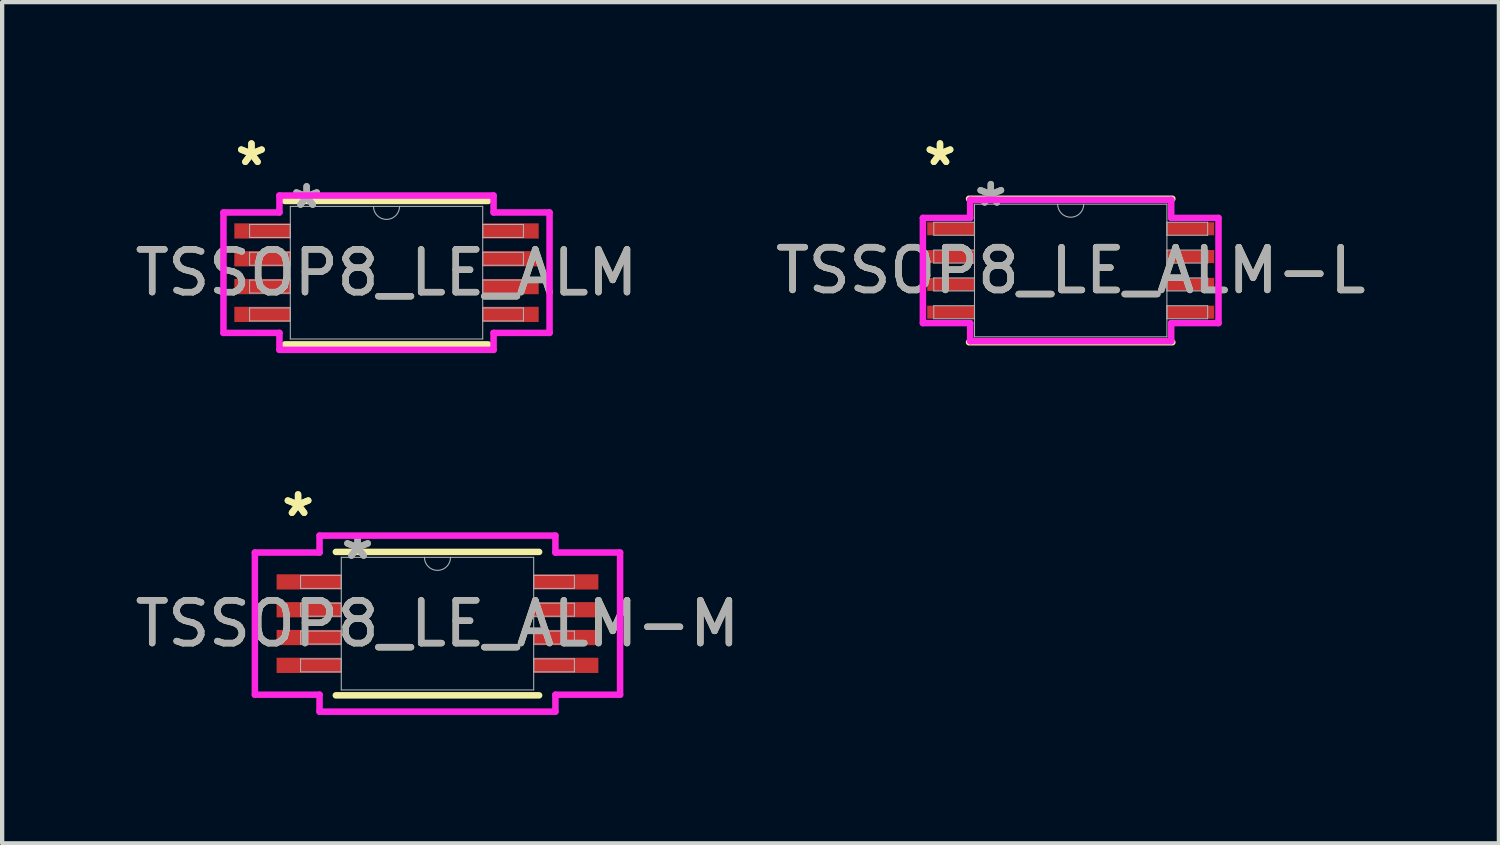
<source format=kicad_pcb>
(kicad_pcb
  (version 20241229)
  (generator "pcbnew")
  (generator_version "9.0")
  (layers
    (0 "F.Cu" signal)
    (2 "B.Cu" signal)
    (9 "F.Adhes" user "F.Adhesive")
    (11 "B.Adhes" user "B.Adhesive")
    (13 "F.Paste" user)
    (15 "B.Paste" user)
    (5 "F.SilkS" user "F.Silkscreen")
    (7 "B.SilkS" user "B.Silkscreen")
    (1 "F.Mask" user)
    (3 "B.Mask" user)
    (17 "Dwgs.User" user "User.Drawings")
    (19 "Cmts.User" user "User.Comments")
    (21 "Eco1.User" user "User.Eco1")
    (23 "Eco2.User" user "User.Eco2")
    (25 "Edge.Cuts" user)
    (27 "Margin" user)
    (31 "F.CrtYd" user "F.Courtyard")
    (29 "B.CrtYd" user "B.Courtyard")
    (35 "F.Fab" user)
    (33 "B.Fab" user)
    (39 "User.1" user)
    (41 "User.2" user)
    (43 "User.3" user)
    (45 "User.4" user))
  (footprint "TSSOP8_LE_ALM"
    (layer "F.Cu")
    (at 5.982 3.322)
    (property "Reference" "TSSOP8_LE_ALM" (at 0 0 0) (unlocked yes) (layer "F.SilkS") (effects (font (size 1 1) (thickness 0.15))))
    (attr smd)
    (fp_line (start -2.375 1.676) (end 2.375 1.676) (stroke (width 0.152) (type solid)) (layer "F.SilkS"))
    (fp_line (start 2.375 -1.676) (end -2.375 -1.676) (stroke (width 0.152) (type solid)) (layer "F.SilkS"))
    (fp_line (start -3.81 -1.407) (end -2.502 -1.407) (stroke (width 0.152) (type solid)) (layer "F.CrtYd"))
    (fp_line (start -3.81 1.407) (end -3.81 -1.407) (stroke (width 0.152) (type solid)) (layer "F.CrtYd"))
    (fp_line (start -3.81 1.407) (end -2.502 1.407) (stroke (width 0.152) (type solid)) (layer "F.CrtYd"))
    (fp_line (start -2.502 -1.803) (end 2.502 -1.803) (stroke (width 0.152) (type solid)) (layer "F.CrtYd"))
    (fp_line (start -2.502 -1.407) (end -2.502 -1.803) (stroke (width 0.152) (type solid)) (layer "F.CrtYd"))
    (fp_line (start -2.502 1.803) (end -2.502 1.407) (stroke (width 0.152) (type solid)) (layer "F.CrtYd"))
    (fp_line (start 2.502 -1.803) (end 2.502 -1.407) (stroke (width 0.152) (type solid)) (layer "F.CrtYd"))
    (fp_line (start 2.502 1.407) (end 2.502 1.803) (stroke (width 0.152) (type solid)) (layer "F.CrtYd"))
    (fp_line (start 2.502 1.803) (end -2.502 1.803) (stroke (width 0.152) (type solid)) (layer "F.CrtYd"))
    (fp_line (start 3.81 -1.407) (end 2.502 -1.407) (stroke (width 0.152) (type solid)) (layer "F.CrtYd"))
    (fp_line (start 3.81 -1.407) (end 3.81 1.407) (stroke (width 0.152) (type solid)) (layer "F.CrtYd"))
    (fp_line (start 3.81 1.407) (end 2.502 1.407) (stroke (width 0.152) (type solid)) (layer "F.CrtYd"))
    (fp_line (start -3.2 -1.127) (end -3.2 -0.823) (stroke (width 0.025) (type solid)) (layer "F.Fab"))
    (fp_line (start -3.2 -0.823) (end -2.248 -0.823) (stroke (width 0.025) (type solid)) (layer "F.Fab"))
    (fp_line (start -3.2 -0.477) (end -3.2 -0.173) (stroke (width 0.025) (type solid)) (layer "F.Fab"))
    (fp_line (start -3.2 -0.173) (end -2.248 -0.173) (stroke (width 0.025) (type solid)) (layer "F.Fab"))
    (fp_line (start -3.2 0.173) (end -3.2 0.477) (stroke (width 0.025) (type solid)) (layer "F.Fab"))
    (fp_line (start -3.2 0.477) (end -2.248 0.477) (stroke (width 0.025) (type solid)) (layer "F.Fab"))
    (fp_line (start -3.2 0.823) (end -3.2 1.127) (stroke (width 0.025) (type solid)) (layer "F.Fab"))
    (fp_line (start -3.2 1.127) (end -2.248 1.127) (stroke (width 0.025) (type solid)) (layer "F.Fab"))
    (fp_line (start -2.248 -1.549) (end -2.248 1.549) (stroke (width 0.025) (type solid)) (layer "F.Fab"))
    (fp_line (start -2.248 -1.127) (end -3.2 -1.127) (stroke (width 0.025) (type solid)) (layer "F.Fab"))
    (fp_line (start -2.248 -0.823) (end -2.248 -1.127) (stroke (width 0.025) (type solid)) (layer "F.Fab"))
    (fp_line (start -2.248 -0.477) (end -3.2 -0.477) (stroke (width 0.025) (type solid)) (layer "F.Fab"))
    (fp_line (start -2.248 -0.173) (end -2.248 -0.477) (stroke (width 0.025) (type solid)) (layer "F.Fab"))
    (fp_line (start -2.248 0.173) (end -3.2 0.173) (stroke (width 0.025) (type solid)) (layer "F.Fab"))
    (fp_line (start -2.248 0.477) (end -2.248 0.173) (stroke (width 0.025) (type solid)) (layer "F.Fab"))
    (fp_line (start -2.248 0.823) (end -3.2 0.823) (stroke (width 0.025) (type solid)) (layer "F.Fab"))
    (fp_line (start -2.248 1.127) (end -2.248 0.823) (stroke (width 0.025) (type solid)) (layer "F.Fab"))
    (fp_line (start -2.248 1.549) (end 2.248 1.549) (stroke (width 0.025) (type solid)) (layer "F.Fab"))
    (fp_line (start 2.248 -1.549) (end -2.248 -1.549) (stroke (width 0.025) (type solid)) (layer "F.Fab"))
    (fp_line (start 2.248 -1.127) (end 2.248 -0.823) (stroke (width 0.025) (type solid)) (layer "F.Fab"))
    (fp_line (start 2.248 -0.823) (end 3.2 -0.823) (stroke (width 0.025) (type solid)) (layer "F.Fab"))
    (fp_line (start 2.248 -0.477) (end 2.248 -0.173) (stroke (width 0.025) (type solid)) (layer "F.Fab"))
    (fp_line (start 2.248 -0.173) (end 3.2 -0.173) (stroke (width 0.025) (type solid)) (layer "F.Fab"))
    (fp_line (start 2.248 0.173) (end 2.248 0.477) (stroke (width 0.025) (type solid)) (layer "F.Fab"))
    (fp_line (start 2.248 0.477) (end 3.2 0.477) (stroke (width 0.025) (type solid)) (layer "F.Fab"))
    (fp_line (start 2.248 0.823) (end 2.248 1.127) (stroke (width 0.025) (type solid)) (layer "F.Fab"))
    (fp_line (start 2.248 1.127) (end 3.2 1.127) (stroke (width 0.025) (type solid)) (layer "F.Fab"))
    (fp_line (start 2.248 1.549) (end 2.248 -1.549) (stroke (width 0.025) (type solid)) (layer "F.Fab"))
    (fp_line (start 3.2 -1.127) (end 2.248 -1.127) (stroke (width 0.025) (type solid)) (layer "F.Fab"))
    (fp_line (start 3.2 -0.823) (end 3.2 -1.127) (stroke (width 0.025) (type solid)) (layer "F.Fab"))
    (fp_line (start 3.2 -0.477) (end 2.248 -0.477) (stroke (width 0.025) (type solid)) (layer "F.Fab"))
    (fp_line (start 3.2 -0.173) (end 3.2 -0.477) (stroke (width 0.025) (type solid)) (layer "F.Fab"))
    (fp_line (start 3.2 0.173) (end 2.248 0.173) (stroke (width 0.025) (type solid)) (layer "F.Fab"))
    (fp_line (start 3.2 0.477) (end 3.2 0.173) (stroke (width 0.025) (type solid)) (layer "F.Fab"))
    (fp_line (start 3.2 0.823) (end 2.248 0.823) (stroke (width 0.025) (type solid)) (layer "F.Fab"))
    (fp_line (start 3.2 1.127) (end 3.2 0.823) (stroke (width 0.025) (type solid)) (layer "F.Fab"))
    (fp_arc (start 0.3048 -1.5494) (mid 0 -1.2446) (end -0.3048 -1.5494) (stroke (width 0.0254) (type solid)) (layer "F.Fab"))
    (fp_text user "*" (at -3.156 -2.474 0) (unlocked yes) (layer "F.SilkS") (effects (font (size 1 1) (thickness 0.15))))
    (fp_text user "*" (at -3.156 -2.474 0) (layer "F.SilkS") (effects (font (size 1 1) (thickness 0.15))))
    (fp_text user "*" (at -1.867 -1.473 0) (unlocked yes) (layer "F.Fab") (effects (font (size 1 1) (thickness 0.15))))
    (fp_text user "${REFERENCE}" (at 0 0 0) (unlocked yes) (layer "F.Fab") (effects (font (size 1 1) (thickness 0.15))))
    (fp_text user "*" (at -1.867 -1.473 0) (layer "F.Fab") (effects (font (size 1 1) (thickness 0.15))))
    (pad "1" smd rect (at -2.902 -0.975) (size 1.308 0.356) (layers "F.Cu" "F.Mask" "F.Paste"))
    (pad "2" smd rect (at -2.902 -0.325) (size 1.308 0.356) (layers "F.Cu" "F.Mask" "F.Paste"))
    (pad "3" smd rect (at -2.902 0.325) (size 1.308 0.356) (layers "F.Cu" "F.Mask" "F.Paste"))
    (pad "4" smd rect (at -2.902 0.975) (size 1.308 0.356) (layers "F.Cu" "F.Mask" "F.Paste"))
    (pad "5" smd rect (at 2.902 0.975) (size 1.308 0.356) (layers "F.Cu" "F.Mask" "F.Paste"))
    (pad "6" smd rect (at 2.902 0.325) (size 1.308 0.356) (layers "F.Cu" "F.Mask" "F.Paste"))
    (pad "7" smd rect (at 2.902 -0.325) (size 1.308 0.356) (layers "F.Cu" "F.Mask" "F.Paste"))
    (pad "8" smd rect (at 2.902 -0.975) (size 1.308 0.356) (layers "F.Cu" "F.Mask" "F.Paste")))
  (footprint "TSSOP8_LE_ALM-M"
    (layer "F.Cu")
    (at 7.173 11.523)
    (property "Reference" "TSSOP8_LE_ALM-M" (at 0 0 0) (unlocked yes) (layer "F.SilkS") (effects (font (size 1 1) (thickness 0.15))))
    (attr smd)
    (fp_line (start -2.375 1.676) (end 2.375 1.676) (stroke (width 0.152) (type solid)) (layer "F.SilkS"))
    (fp_line (start 2.375 -1.676) (end -2.375 -1.676) (stroke (width 0.152) (type solid)) (layer "F.SilkS"))
    (fp_line (start -4.267 -1.661) (end -2.756 -1.661) (stroke (width 0.152) (type solid)) (layer "F.CrtYd"))
    (fp_line (start -4.267 1.661) (end -4.267 -1.661) (stroke (width 0.152) (type solid)) (layer "F.CrtYd"))
    (fp_line (start -4.267 1.661) (end -2.756 1.661) (stroke (width 0.152) (type solid)) (layer "F.CrtYd"))
    (fp_line (start -2.756 -2.057) (end 2.756 -2.057) (stroke (width 0.152) (type solid)) (layer "F.CrtYd"))
    (fp_line (start -2.756 -1.661) (end -2.756 -2.057) (stroke (width 0.152) (type solid)) (layer "F.CrtYd"))
    (fp_line (start -2.756 2.057) (end -2.756 1.661) (stroke (width 0.152) (type solid)) (layer "F.CrtYd"))
    (fp_line (start 2.756 -2.057) (end 2.756 -1.661) (stroke (width 0.152) (type solid)) (layer "F.CrtYd"))
    (fp_line (start 2.756 1.661) (end 2.756 2.057) (stroke (width 0.152) (type solid)) (layer "F.CrtYd"))
    (fp_line (start 2.756 2.057) (end -2.756 2.057) (stroke (width 0.152) (type solid)) (layer "F.CrtYd"))
    (fp_line (start 4.267 -1.661) (end 2.756 -1.661) (stroke (width 0.152) (type solid)) (layer "F.CrtYd"))
    (fp_line (start 4.267 -1.661) (end 4.267 1.661) (stroke (width 0.152) (type solid)) (layer "F.CrtYd"))
    (fp_line (start 4.267 1.661) (end 2.756 1.661) (stroke (width 0.152) (type solid)) (layer "F.CrtYd"))
    (fp_line (start -3.2 -1.127) (end -3.2 -0.823) (stroke (width 0.025) (type solid)) (layer "F.Fab"))
    (fp_line (start -3.2 -0.823) (end -2.248 -0.823) (stroke (width 0.025) (type solid)) (layer "F.Fab"))
    (fp_line (start -3.2 -0.477) (end -3.2 -0.173) (stroke (width 0.025) (type solid)) (layer "F.Fab"))
    (fp_line (start -3.2 -0.173) (end -2.248 -0.173) (stroke (width 0.025) (type solid)) (layer "F.Fab"))
    (fp_line (start -3.2 0.173) (end -3.2 0.477) (stroke (width 0.025) (type solid)) (layer "F.Fab"))
    (fp_line (start -3.2 0.477) (end -2.248 0.477) (stroke (width 0.025) (type solid)) (layer "F.Fab"))
    (fp_line (start -3.2 0.823) (end -3.2 1.127) (stroke (width 0.025) (type solid)) (layer "F.Fab"))
    (fp_line (start -3.2 1.127) (end -2.248 1.127) (stroke (width 0.025) (type solid)) (layer "F.Fab"))
    (fp_line (start -2.248 -1.549) (end -2.248 1.549) (stroke (width 0.025) (type solid)) (layer "F.Fab"))
    (fp_line (start -2.248 -1.127) (end -3.2 -1.127) (stroke (width 0.025) (type solid)) (layer "F.Fab"))
    (fp_line (start -2.248 -0.823) (end -2.248 -1.127) (stroke (width 0.025) (type solid)) (layer "F.Fab"))
    (fp_line (start -2.248 -0.477) (end -3.2 -0.477) (stroke (width 0.025) (type solid)) (layer "F.Fab"))
    (fp_line (start -2.248 -0.173) (end -2.248 -0.477) (stroke (width 0.025) (type solid)) (layer "F.Fab"))
    (fp_line (start -2.248 0.173) (end -3.2 0.173) (stroke (width 0.025) (type solid)) (layer "F.Fab"))
    (fp_line (start -2.248 0.477) (end -2.248 0.173) (stroke (width 0.025) (type solid)) (layer "F.Fab"))
    (fp_line (start -2.248 0.823) (end -3.2 0.823) (stroke (width 0.025) (type solid)) (layer "F.Fab"))
    (fp_line (start -2.248 1.127) (end -2.248 0.823) (stroke (width 0.025) (type solid)) (layer "F.Fab"))
    (fp_line (start -2.248 1.549) (end 2.248 1.549) (stroke (width 0.025) (type solid)) (layer "F.Fab"))
    (fp_line (start 2.248 -1.549) (end -2.248 -1.549) (stroke (width 0.025) (type solid)) (layer "F.Fab"))
    (fp_line (start 2.248 -1.127) (end 2.248 -0.823) (stroke (width 0.025) (type solid)) (layer "F.Fab"))
    (fp_line (start 2.248 -0.823) (end 3.2 -0.823) (stroke (width 0.025) (type solid)) (layer "F.Fab"))
    (fp_line (start 2.248 -0.477) (end 2.248 -0.173) (stroke (width 0.025) (type solid)) (layer "F.Fab"))
    (fp_line (start 2.248 -0.173) (end 3.2 -0.173) (stroke (width 0.025) (type solid)) (layer "F.Fab"))
    (fp_line (start 2.248 0.173) (end 2.248 0.477) (stroke (width 0.025) (type solid)) (layer "F.Fab"))
    (fp_line (start 2.248 0.477) (end 3.2 0.477) (stroke (width 0.025) (type solid)) (layer "F.Fab"))
    (fp_line (start 2.248 0.823) (end 2.248 1.127) (stroke (width 0.025) (type solid)) (layer "F.Fab"))
    (fp_line (start 2.248 1.127) (end 3.2 1.127) (stroke (width 0.025) (type solid)) (layer "F.Fab"))
    (fp_line (start 2.248 1.549) (end 2.248 -1.549) (stroke (width 0.025) (type solid)) (layer "F.Fab"))
    (fp_line (start 3.2 -1.127) (end 2.248 -1.127) (stroke (width 0.025) (type solid)) (layer "F.Fab"))
    (fp_line (start 3.2 -0.823) (end 3.2 -1.127) (stroke (width 0.025) (type solid)) (layer "F.Fab"))
    (fp_line (start 3.2 -0.477) (end 2.248 -0.477) (stroke (width 0.025) (type solid)) (layer "F.Fab"))
    (fp_line (start 3.2 -0.173) (end 3.2 -0.477) (stroke (width 0.025) (type solid)) (layer "F.Fab"))
    (fp_line (start 3.2 0.173) (end 2.248 0.173) (stroke (width 0.025) (type solid)) (layer "F.Fab"))
    (fp_line (start 3.2 0.477) (end 3.2 0.173) (stroke (width 0.025) (type solid)) (layer "F.Fab"))
    (fp_line (start 3.2 0.823) (end 2.248 0.823) (stroke (width 0.025) (type solid)) (layer "F.Fab"))
    (fp_line (start 3.2 1.127) (end 3.2 0.823) (stroke (width 0.025) (type solid)) (layer "F.Fab"))
    (fp_arc (start 0.3048 -1.5494) (mid 0 -1.2446) (end -0.3048 -1.5494) (stroke (width 0.0254) (type solid)) (layer "F.Fab"))
    (fp_text user "*" (at -3.258 -2.474 0) (unlocked yes) (layer "F.SilkS") (effects (font (size 1 1) (thickness 0.15))))
    (fp_text user "*" (at -3.258 -2.474 0) (layer "F.SilkS") (effects (font (size 1 1) (thickness 0.15))))
    (fp_text user "*" (at -1.867 -1.473 0) (unlocked yes) (layer "F.Fab") (effects (font (size 1 1) (thickness 0.15))))
    (fp_text user "${REFERENCE}" (at 0 0 0) (unlocked yes) (layer "F.Fab") (effects (font (size 1 1) (thickness 0.15))))
    (fp_text user "*" (at -1.867 -1.473 0) (layer "F.Fab") (effects (font (size 1 1) (thickness 0.15))))
    (pad "1" smd rect (at -3.004 -0.975) (size 1.511 0.356) (layers "F.Cu" "F.Mask" "F.Paste"))
    (pad "2" smd rect (at -3.004 -0.325) (size 1.511 0.356) (layers "F.Cu" "F.Mask" "F.Paste"))
    (pad "3" smd rect (at -3.004 0.325) (size 1.511 0.356) (layers "F.Cu" "F.Mask" "F.Paste"))
    (pad "4" smd rect (at -3.004 0.975) (size 1.511 0.356) (layers "F.Cu" "F.Mask" "F.Paste"))
    (pad "5" smd rect (at 3.004 0.975) (size 1.511 0.356) (layers "F.Cu" "F.Mask" "F.Paste"))
    (pad "6" smd rect (at 3.004 0.325) (size 1.511 0.356) (layers "F.Cu" "F.Mask" "F.Paste"))
    (pad "7" smd rect (at 3.004 -0.325) (size 1.511 0.356) (layers "F.Cu" "F.Mask" "F.Paste"))
    (pad "8" smd rect (at 3.004 -0.975) (size 1.511 0.356) (layers "F.Cu" "F.Mask" "F.Paste")))
  (footprint "TSSOP8_LE_ALM-L"
    (layer "F.Cu")
    (at 21.97 3.271)
    (property "Reference" "TSSOP8_LE_ALM-L" (at 0 0 0) (unlocked yes) (layer "F.SilkS") (effects (font (size 1 1) (thickness 0.15))))
    (attr smd)
    (fp_line (start -2.375 1.676) (end 2.375 1.676) (stroke (width 0.152) (type solid)) (layer "F.SilkS"))
    (fp_line (start 2.375 -1.676) (end -2.375 -1.676) (stroke (width 0.152) (type solid)) (layer "F.SilkS"))
    (fp_line (start -3.454 -1.229) (end -2.349 -1.229) (stroke (width 0.152) (type solid)) (layer "F.CrtYd"))
    (fp_line (start -3.454 1.229) (end -3.454 -1.229) (stroke (width 0.152) (type solid)) (layer "F.CrtYd"))
    (fp_line (start -3.454 1.229) (end -2.349 1.229) (stroke (width 0.152) (type solid)) (layer "F.CrtYd"))
    (fp_line (start -2.349 -1.651) (end 2.349 -1.651) (stroke (width 0.152) (type solid)) (layer "F.CrtYd"))
    (fp_line (start -2.349 -1.229) (end -2.349 -1.651) (stroke (width 0.152) (type solid)) (layer "F.CrtYd"))
    (fp_line (start -2.349 1.651) (end -2.349 1.229) (stroke (width 0.152) (type solid)) (layer "F.CrtYd"))
    (fp_line (start 2.349 -1.651) (end 2.349 -1.229) (stroke (width 0.152) (type solid)) (layer "F.CrtYd"))
    (fp_line (start 2.349 1.229) (end 2.349 1.651) (stroke (width 0.152) (type solid)) (layer "F.CrtYd"))
    (fp_line (start 2.349 1.651) (end -2.349 1.651) (stroke (width 0.152) (type solid)) (layer "F.CrtYd"))
    (fp_line (start 3.454 -1.229) (end 2.349 -1.229) (stroke (width 0.152) (type solid)) (layer "F.CrtYd"))
    (fp_line (start 3.454 -1.229) (end 3.454 1.229) (stroke (width 0.152) (type solid)) (layer "F.CrtYd"))
    (fp_line (start 3.454 1.229) (end 2.349 1.229) (stroke (width 0.152) (type solid)) (layer "F.CrtYd"))
    (fp_line (start -3.2 -1.127) (end -3.2 -0.823) (stroke (width 0.025) (type solid)) (layer "F.Fab"))
    (fp_line (start -3.2 -0.823) (end -2.248 -0.823) (stroke (width 0.025) (type solid)) (layer "F.Fab"))
    (fp_line (start -3.2 -0.477) (end -3.2 -0.173) (stroke (width 0.025) (type solid)) (layer "F.Fab"))
    (fp_line (start -3.2 -0.173) (end -2.248 -0.173) (stroke (width 0.025) (type solid)) (layer "F.Fab"))
    (fp_line (start -3.2 0.173) (end -3.2 0.477) (stroke (width 0.025) (type solid)) (layer "F.Fab"))
    (fp_line (start -3.2 0.477) (end -2.248 0.477) (stroke (width 0.025) (type solid)) (layer "F.Fab"))
    (fp_line (start -3.2 0.823) (end -3.2 1.127) (stroke (width 0.025) (type solid)) (layer "F.Fab"))
    (fp_line (start -3.2 1.127) (end -2.248 1.127) (stroke (width 0.025) (type solid)) (layer "F.Fab"))
    (fp_line (start -2.248 -1.549) (end -2.248 1.549) (stroke (width 0.025) (type solid)) (layer "F.Fab"))
    (fp_line (start -2.248 -1.127) (end -3.2 -1.127) (stroke (width 0.025) (type solid)) (layer "F.Fab"))
    (fp_line (start -2.248 -0.823) (end -2.248 -1.127) (stroke (width 0.025) (type solid)) (layer "F.Fab"))
    (fp_line (start -2.248 -0.477) (end -3.2 -0.477) (stroke (width 0.025) (type solid)) (layer "F.Fab"))
    (fp_line (start -2.248 -0.173) (end -2.248 -0.477) (stroke (width 0.025) (type solid)) (layer "F.Fab"))
    (fp_line (start -2.248 0.173) (end -3.2 0.173) (stroke (width 0.025) (type solid)) (layer "F.Fab"))
    (fp_line (start -2.248 0.477) (end -2.248 0.173) (stroke (width 0.025) (type solid)) (layer "F.Fab"))
    (fp_line (start -2.248 0.823) (end -3.2 0.823) (stroke (width 0.025) (type solid)) (layer "F.Fab"))
    (fp_line (start -2.248 1.127) (end -2.248 0.823) (stroke (width 0.025) (type solid)) (layer "F.Fab"))
    (fp_line (start -2.248 1.549) (end 2.248 1.549) (stroke (width 0.025) (type solid)) (layer "F.Fab"))
    (fp_line (start 2.248 -1.549) (end -2.248 -1.549) (stroke (width 0.025) (type solid)) (layer "F.Fab"))
    (fp_line (start 2.248 -1.127) (end 2.248 -0.823) (stroke (width 0.025) (type solid)) (layer "F.Fab"))
    (fp_line (start 2.248 -0.823) (end 3.2 -0.823) (stroke (width 0.025) (type solid)) (layer "F.Fab"))
    (fp_line (start 2.248 -0.477) (end 2.248 -0.173) (stroke (width 0.025) (type solid)) (layer "F.Fab"))
    (fp_line (start 2.248 -0.173) (end 3.2 -0.173) (stroke (width 0.025) (type solid)) (layer "F.Fab"))
    (fp_line (start 2.248 0.173) (end 2.248 0.477) (stroke (width 0.025) (type solid)) (layer "F.Fab"))
    (fp_line (start 2.248 0.477) (end 3.2 0.477) (stroke (width 0.025) (type solid)) (layer "F.Fab"))
    (fp_line (start 2.248 0.823) (end 2.248 1.127) (stroke (width 0.025) (type solid)) (layer "F.Fab"))
    (fp_line (start 2.248 1.127) (end 3.2 1.127) (stroke (width 0.025) (type solid)) (layer "F.Fab"))
    (fp_line (start 2.248 1.549) (end 2.248 -1.549) (stroke (width 0.025) (type solid)) (layer "F.Fab"))
    (fp_line (start 3.2 -1.127) (end 2.248 -1.127) (stroke (width 0.025) (type solid)) (layer "F.Fab"))
    (fp_line (start 3.2 -0.823) (end 3.2 -1.127) (stroke (width 0.025) (type solid)) (layer "F.Fab"))
    (fp_line (start 3.2 -0.477) (end 2.248 -0.477) (stroke (width 0.025) (type solid)) (layer "F.Fab"))
    (fp_line (start 3.2 -0.173) (end 3.2 -0.477) (stroke (width 0.025) (type solid)) (layer "F.Fab"))
    (fp_line (start 3.2 0.173) (end 2.248 0.173) (stroke (width 0.025) (type solid)) (layer "F.Fab"))
    (fp_line (start 3.2 0.477) (end 3.2 0.173) (stroke (width 0.025) (type solid)) (layer "F.Fab"))
    (fp_line (start 3.2 0.823) (end 2.248 0.823) (stroke (width 0.025) (type solid)) (layer "F.Fab"))
    (fp_line (start 3.2 1.127) (end 3.2 0.823) (stroke (width 0.025) (type solid)) (layer "F.Fab"))
    (fp_arc (start 0.3048 -1.5494) (mid 0 -1.2446) (end -0.3048 -1.5494) (stroke (width 0.0254) (type solid)) (layer "F.Fab"))
    (fp_text user "*" (at -3.054 -2.423 0) (unlocked yes) (layer "F.SilkS") (effects (font (size 1 1) (thickness 0.15))))
    (fp_text user "*" (at -3.054 -2.423 0) (layer "F.SilkS") (effects (font (size 1 1) (thickness 0.15))))
    (fp_text user "${REFERENCE}" (at 0 0 0) (unlocked yes) (layer "F.Fab") (effects (font (size 1 1) (thickness 0.15))))
    (fp_text user "*" (at -1.867 -1.473 0) (layer "F.Fab") (effects (font (size 1 1) (thickness 0.15))))
    (fp_text user "*" (at -1.867 -1.473 0) (unlocked yes) (layer "F.Fab") (effects (font (size 1 1) (thickness 0.15))))
    (pad "1" smd rect (at -2.8 -0.975) (size 1.105 0.305) (layers "F.Cu" "F.Mask" "F.Paste"))
    (pad "2" smd rect (at -2.8 -0.325) (size 1.105 0.305) (layers "F.Cu" "F.Mask" "F.Paste"))
    (pad "3" smd rect (at -2.8 0.325) (size 1.105 0.305) (layers "F.Cu" "F.Mask" "F.Paste"))
    (pad "4" smd rect (at -2.8 0.975) (size 1.105 0.305) (layers "F.Cu" "F.Mask" "F.Paste"))
    (pad "5" smd rect (at 2.8 0.975) (size 1.105 0.305) (layers "F.Cu" "F.Mask" "F.Paste"))
    (pad "6" smd rect (at 2.8 0.325) (size 1.105 0.305) (layers "F.Cu" "F.Mask" "F.Paste"))
    (pad "7" smd rect (at 2.8 -0.325) (size 1.105 0.305) (layers "F.Cu" "F.Mask" "F.Paste"))
    (pad "8" smd rect (at 2.8 -0.975) (size 1.105 0.305) (layers "F.Cu" "F.Mask" "F.Paste")))
  (gr_rect
    (start -3 -3)
    (end 31.976 16.657)
    (stroke (width 0.1) (type default))
    (fill no)
    (layer "Edge.Cuts")))
</source>
